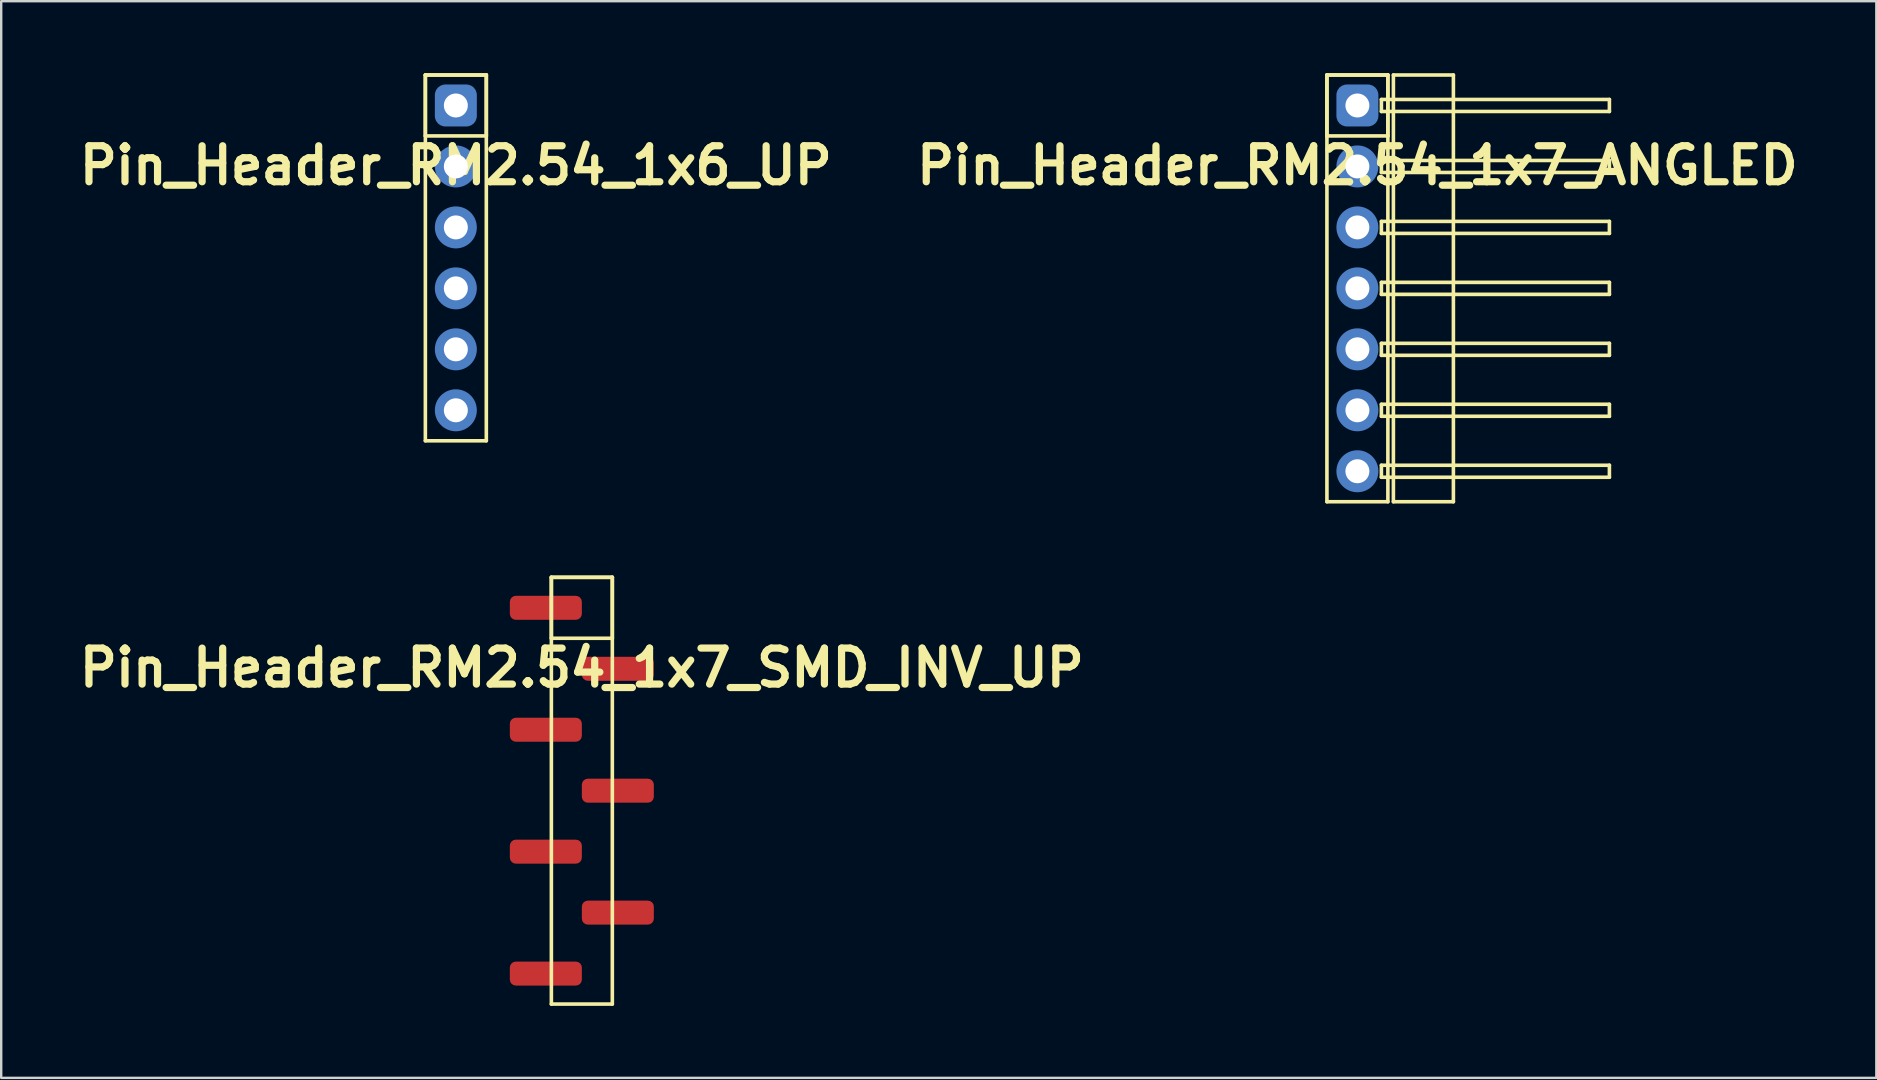
<source format=kicad_pcb>
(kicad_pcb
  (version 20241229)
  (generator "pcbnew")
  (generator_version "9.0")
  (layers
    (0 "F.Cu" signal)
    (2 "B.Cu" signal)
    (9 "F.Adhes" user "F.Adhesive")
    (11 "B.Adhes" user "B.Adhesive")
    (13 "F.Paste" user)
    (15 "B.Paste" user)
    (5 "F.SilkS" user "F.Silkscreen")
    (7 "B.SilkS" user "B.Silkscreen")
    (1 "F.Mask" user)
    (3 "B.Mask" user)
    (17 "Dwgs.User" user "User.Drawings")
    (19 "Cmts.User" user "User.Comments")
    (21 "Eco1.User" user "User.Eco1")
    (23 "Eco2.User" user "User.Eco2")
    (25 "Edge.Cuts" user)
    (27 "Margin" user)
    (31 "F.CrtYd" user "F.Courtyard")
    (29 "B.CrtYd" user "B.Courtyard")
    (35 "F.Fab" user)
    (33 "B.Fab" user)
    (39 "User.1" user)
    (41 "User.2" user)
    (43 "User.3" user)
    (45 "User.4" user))
  (footprint "Pin_Header_RM2.54_1x6_UP"
    (layer "F.Cu")
    (at 15.943 1.345)
    (property "Reference" "Pin_Header_RM2.54_1x6_UP" (at 0 2.5 0) (layer "F.SilkS") (effects (font (size 1.5 1.5) (thickness 0.3))))
    (attr through_hole)
    (fp_line (start -1.27 -1.27) (end 1.27 -1.27) (stroke (width 0.15) (type solid)) (layer "F.SilkS"))
    (fp_line (start -1.27 -1.27) (end 1.27 -1.27) (stroke (width 0.15) (type solid)) (layer "F.SilkS"))
    (fp_line (start -1.27 1.27) (end -1.27 -1.27) (stroke (width 0.15) (type solid)) (layer "F.SilkS"))
    (fp_line (start -1.27 13.97) (end -1.27 -1.27) (stroke (width 0.15) (type solid)) (layer "F.SilkS"))
    (fp_line (start 1.27 -1.27) (end 1.27 1.27) (stroke (width 0.15) (type solid)) (layer "F.SilkS"))
    (fp_line (start 1.27 -1.27) (end 1.27 13.97) (stroke (width 0.15) (type solid)) (layer "F.SilkS"))
    (fp_line (start 1.27 1.27) (end -1.27 1.27) (stroke (width 0.15) (type solid)) (layer "F.SilkS"))
    (fp_line (start 1.27 13.97) (end -1.27 13.97) (stroke (width 0.15) (type solid)) (layer "F.SilkS"))
    (pad "1" thru_hole circle (at 0 0) (size 1.3 1.3) (drill 1) (layers "*.Cu" "*.Mask"))
    (pad "1" smd roundrect (at 0 0) (size 1.75 1.75) (layers "B.Cu" "B.Mask") (roundrect_rratio 0.25))
    (pad "2" thru_hole circle (at 0 2.54) (size 1.3 1.3) (drill 1) (layers "*.Cu" "*.Mask"))
    (pad "2" smd circle (at 0 2.54) (size 1.75 1.75) (layers "B.Cu" "B.Mask"))
    (pad "3" thru_hole circle (at 0 5.08) (size 1.3 1.3) (drill 1) (layers "*.Cu" "*.Mask"))
    (pad "3" smd circle (at 0 5.08) (size 1.75 1.75) (layers "B.Cu" "B.Mask"))
    (pad "4" thru_hole circle (at 0 7.62) (size 1.3 1.3) (drill 1) (layers "*.Cu" "*.Mask"))
    (pad "4" smd circle (at 0 7.62) (size 1.75 1.75) (layers "B.Cu" "B.Mask"))
    (pad "5" thru_hole circle (at 0 10.16) (size 1.3 1.3) (drill 1) (layers "*.Cu" "*.Mask"))
    (pad "5" smd circle (at 0 10.16) (size 1.75 1.75) (layers "B.Cu" "B.Mask"))
    (pad "6" thru_hole circle (at 0 12.7) (size 1.3 1.3) (drill 1) (layers "*.Cu" "*.Mask"))
    (pad "6" smd circle (at 0 12.7) (size 1.75 1.75) (layers "B.Cu" "B.Mask")))
  (footprint "Pin_Header_RM2.54_1x7_ANGLED"
    (layer "F.Cu")
    (at 53.507 1.345)
    (property "Reference" "Pin_Header_RM2.54_1x7_ANGLED" (at 0 2.5 0) (layer "F.SilkS") (effects (font (size 1.5 1.5) (thickness 0.3))))
    (attr through_hole)
    (fp_line (start -1.27 -1.27) (end 1.27 -1.27) (stroke (width 0.15) (type solid)) (layer "F.SilkS"))
    (fp_line (start -1.27 -1.27) (end 1.27 -1.27) (stroke (width 0.15) (type solid)) (layer "F.SilkS"))
    (fp_line (start -1.27 1.27) (end -1.27 -1.27) (stroke (width 0.15) (type solid)) (layer "F.SilkS"))
    (fp_line (start -1.27 16.51) (end -1.27 -1.27) (stroke (width 0.15) (type solid)) (layer "F.SilkS"))
    (fp_line (start 1 -0.25) (end 10.5 -0.25) (stroke (width 0.15) (type solid)) (layer "F.SilkS"))
    (fp_line (start 1 0.25) (end 1 -0.25) (stroke (width 0.15) (type solid)) (layer "F.SilkS"))
    (fp_line (start 1 2.29) (end 10.5 2.29) (stroke (width 0.15) (type solid)) (layer "F.SilkS"))
    (fp_line (start 1 2.79) (end 1 2.29) (stroke (width 0.15) (type solid)) (layer "F.SilkS"))
    (fp_line (start 1 4.83) (end 10.5 4.83) (stroke (width 0.15) (type solid)) (layer "F.SilkS"))
    (fp_line (start 1 5.33) (end 1 4.83) (stroke (width 0.15) (type solid)) (layer "F.SilkS"))
    (fp_line (start 1 7.37) (end 10.5 7.37) (stroke (width 0.15) (type solid)) (layer "F.SilkS"))
    (fp_line (start 1 7.87) (end 1 7.37) (stroke (width 0.15) (type solid)) (layer "F.SilkS"))
    (fp_line (start 1 9.91) (end 10.5 9.91) (stroke (width 0.15) (type solid)) (layer "F.SilkS"))
    (fp_line (start 1 10.41) (end 1 9.91) (stroke (width 0.15) (type solid)) (layer "F.SilkS"))
    (fp_line (start 1 12.45) (end 10.5 12.45) (stroke (width 0.15) (type solid)) (layer "F.SilkS"))
    (fp_line (start 1 12.95) (end 1 12.45) (stroke (width 0.15) (type solid)) (layer "F.SilkS"))
    (fp_line (start 1 14.99) (end 10.5 14.99) (stroke (width 0.15) (type solid)) (layer "F.SilkS"))
    (fp_line (start 1 15.49) (end 1 14.99) (stroke (width 0.15) (type solid)) (layer "F.SilkS"))
    (fp_line (start 1.27 -1.27) (end 1.27 1.27) (stroke (width 0.15) (type solid)) (layer "F.SilkS"))
    (fp_line (start 1.27 -1.27) (end 1.27 16.51) (stroke (width 0.15) (type solid)) (layer "F.SilkS"))
    (fp_line (start 1.27 1.27) (end -1.27 1.27) (stroke (width 0.15) (type solid)) (layer "F.SilkS"))
    (fp_line (start 1.27 16.51) (end -1.27 16.51) (stroke (width 0.15) (type solid)) (layer "F.SilkS"))
    (fp_line (start 1.5 -1.27) (end 4 -1.27) (stroke (width 0.15) (type solid)) (layer "F.SilkS"))
    (fp_line (start 1.5 16.51) (end 1.5 -1.27) (stroke (width 0.15) (type solid)) (layer "F.SilkS"))
    (fp_line (start 4 -1.27) (end 4 16.51) (stroke (width 0.15) (type solid)) (layer "F.SilkS"))
    (fp_line (start 4 16.51) (end 1.5 16.51) (stroke (width 0.15) (type solid)) (layer "F.SilkS"))
    (fp_line (start 10.5 -0.25) (end 10.5 0.25) (stroke (width 0.15) (type solid)) (layer "F.SilkS"))
    (fp_line (start 10.5 0.25) (end 1 0.25) (stroke (width 0.15) (type solid)) (layer "F.SilkS"))
    (fp_line (start 10.5 2.29) (end 10.5 2.79) (stroke (width 0.15) (type solid)) (layer "F.SilkS"))
    (fp_line (start 10.5 2.79) (end 1 2.79) (stroke (width 0.15) (type solid)) (layer "F.SilkS"))
    (fp_line (start 10.5 4.83) (end 10.5 5.33) (stroke (width 0.15) (type solid)) (layer "F.SilkS"))
    (fp_line (start 10.5 5.33) (end 1 5.33) (stroke (width 0.15) (type solid)) (layer "F.SilkS"))
    (fp_line (start 10.5 7.37) (end 10.5 7.87) (stroke (width 0.15) (type solid)) (layer "F.SilkS"))
    (fp_line (start 10.5 7.87) (end 1 7.87) (stroke (width 0.15) (type solid)) (layer "F.SilkS"))
    (fp_line (start 10.5 9.91) (end 10.5 10.41) (stroke (width 0.15) (type solid)) (layer "F.SilkS"))
    (fp_line (start 10.5 10.41) (end 1 10.41) (stroke (width 0.15) (type solid)) (layer "F.SilkS"))
    (fp_line (start 10.5 12.45) (end 10.5 12.95) (stroke (width 0.15) (type solid)) (layer "F.SilkS"))
    (fp_line (start 10.5 12.95) (end 1 12.95) (stroke (width 0.15) (type solid)) (layer "F.SilkS"))
    (fp_line (start 10.5 14.99) (end 10.5 15.49) (stroke (width 0.15) (type solid)) (layer "F.SilkS"))
    (fp_line (start 10.5 15.49) (end 1 15.49) (stroke (width 0.15) (type solid)) (layer "F.SilkS"))
    (pad "1" thru_hole circle (at 0 0) (size 1.3 1.3) (drill 1) (layers "*.Cu" "*.Mask"))
    (pad "1" smd roundrect (at 0 0) (size 1.5 1.5) (layers "F.Cu" "F.Mask") (roundrect_rratio 0.25))
    (pad "1" smd roundrect (at 0 0) (size 1.75 1.75) (layers "B.Cu" "B.Mask") (roundrect_rratio 0.25))
    (pad "2" thru_hole circle (at 0 2.54) (size 1.3 1.3) (drill 1) (layers "*.Cu" "*.Mask"))
    (pad "2" smd circle (at 0 2.54) (size 1.5 1.5) (layers "F.Cu" "F.Mask"))
    (pad "2" smd circle (at 0 2.54) (size 1.75 1.75) (layers "B.Cu" "B.Mask"))
    (pad "3" thru_hole circle (at 0 5.08) (size 1.3 1.3) (drill 1) (layers "*.Cu" "*.Mask"))
    (pad "3" smd circle (at 0 5.08) (size 1.5 1.5) (layers "F.Cu" "F.Mask"))
    (pad "3" smd circle (at 0 5.08) (size 1.75 1.75) (layers "B.Cu" "B.Mask"))
    (pad "4" thru_hole circle (at 0 7.62) (size 1.3 1.3) (drill 1) (layers "*.Cu" "*.Mask"))
    (pad "4" smd circle (at 0 7.62) (size 1.5 1.5) (layers "F.Cu" "F.Mask"))
    (pad "4" smd circle (at 0 7.62) (size 1.75 1.75) (layers "B.Cu" "B.Mask"))
    (pad "5" thru_hole circle (at 0 10.16) (size 1.3 1.3) (drill 1) (layers "*.Cu" "*.Mask"))
    (pad "5" smd circle (at 0 10.16) (size 1.5 1.5) (layers "F.Cu" "F.Mask"))
    (pad "5" smd circle (at 0 10.16) (size 1.75 1.75) (layers "B.Cu" "B.Mask"))
    (pad "6" thru_hole circle (at 0 12.7) (size 1.3 1.3) (drill 1) (layers "*.Cu" "*.Mask"))
    (pad "6" smd circle (at 0 12.7) (size 1.5 1.5) (layers "F.Cu" "F.Mask"))
    (pad "6" smd circle (at 0 12.7) (size 1.75 1.75) (layers "B.Cu" "B.Mask"))
    (pad "7" thru_hole circle (at 0 15.24) (size 1.3 1.3) (drill 1) (layers "*.Cu" "*.Mask"))
    (pad "7" smd circle (at 0 15.24) (size 1.5 1.5) (layers "F.Cu" "F.Mask"))
    (pad "7" smd circle (at 0 15.24) (size 1.75 1.75) (layers "B.Cu" "B.Mask")))
  (footprint "Pin_Header_RM2.54_1x7_SMD_INV_UP"
    (layer "F.Cu")
    (at 21.193 22.275)
    (property "Reference" "Pin_Header_RM2.54_1x7_SMD_INV_UP" (at 0 2.5 0) (layer "F.SilkS") (effects (font (size 1.5 1.5) (thickness 0.3))))
    (attr through_hole)
    (fp_line (start -1.27 -1.27) (end 1.27 -1.27) (stroke (width 0.15) (type solid)) (layer "F.SilkS"))
    (fp_line (start -1.27 -1.27) (end 1.27 -1.27) (stroke (width 0.15) (type solid)) (layer "F.SilkS"))
    (fp_line (start -1.27 1.27) (end -1.27 -1.27) (stroke (width 0.15) (type solid)) (layer "F.SilkS"))
    (fp_line (start -1.27 16.51) (end -1.27 -1.27) (stroke (width 0.15) (type solid)) (layer "F.SilkS"))
    (fp_line (start 1.27 -1.27) (end 1.27 1.27) (stroke (width 0.15) (type solid)) (layer "F.SilkS"))
    (fp_line (start 1.27 -1.27) (end 1.27 16.51) (stroke (width 0.15) (type solid)) (layer "F.SilkS"))
    (fp_line (start 1.27 1.27) (end -1.27 1.27) (stroke (width 0.15) (type solid)) (layer "F.SilkS"))
    (fp_line (start 1.27 16.51) (end -1.27 16.51) (stroke (width 0.15) (type solid)) (layer "F.SilkS"))
    (pad "1" smd roundrect (at -1.5 0) (size 3 1) (layers "F.Cu" "F.Mask") (roundrect_rratio 0.25))
    (pad "2" smd roundrect (at 1.5 2.54) (size 3 1) (layers "F.Cu" "F.Mask") (roundrect_rratio 0.25))
    (pad "3" smd roundrect (at -1.5 5.08) (size 3 1) (layers "F.Cu" "F.Mask") (roundrect_rratio 0.25))
    (pad "4" smd roundrect (at 1.5 7.62) (size 3 1) (layers "F.Cu" "F.Mask") (roundrect_rratio 0.25))
    (pad "5" smd roundrect (at -1.5 10.16) (size 3 1) (layers "F.Cu" "F.Mask") (roundrect_rratio 0.25))
    (pad "6" smd roundrect (at 1.5 12.7) (size 3 1) (layers "F.Cu" "F.Mask") (roundrect_rratio 0.25))
    (pad "7" smd roundrect (at -1.5 15.24) (size 3 1) (layers "F.Cu" "F.Mask") (roundrect_rratio 0.25)))
  (gr_rect
    (start -3 -3)
    (end 75.129 41.86)
    (stroke (width 0.1) (type default))
    (fill no)
    (layer "Edge.Cuts")))
</source>
